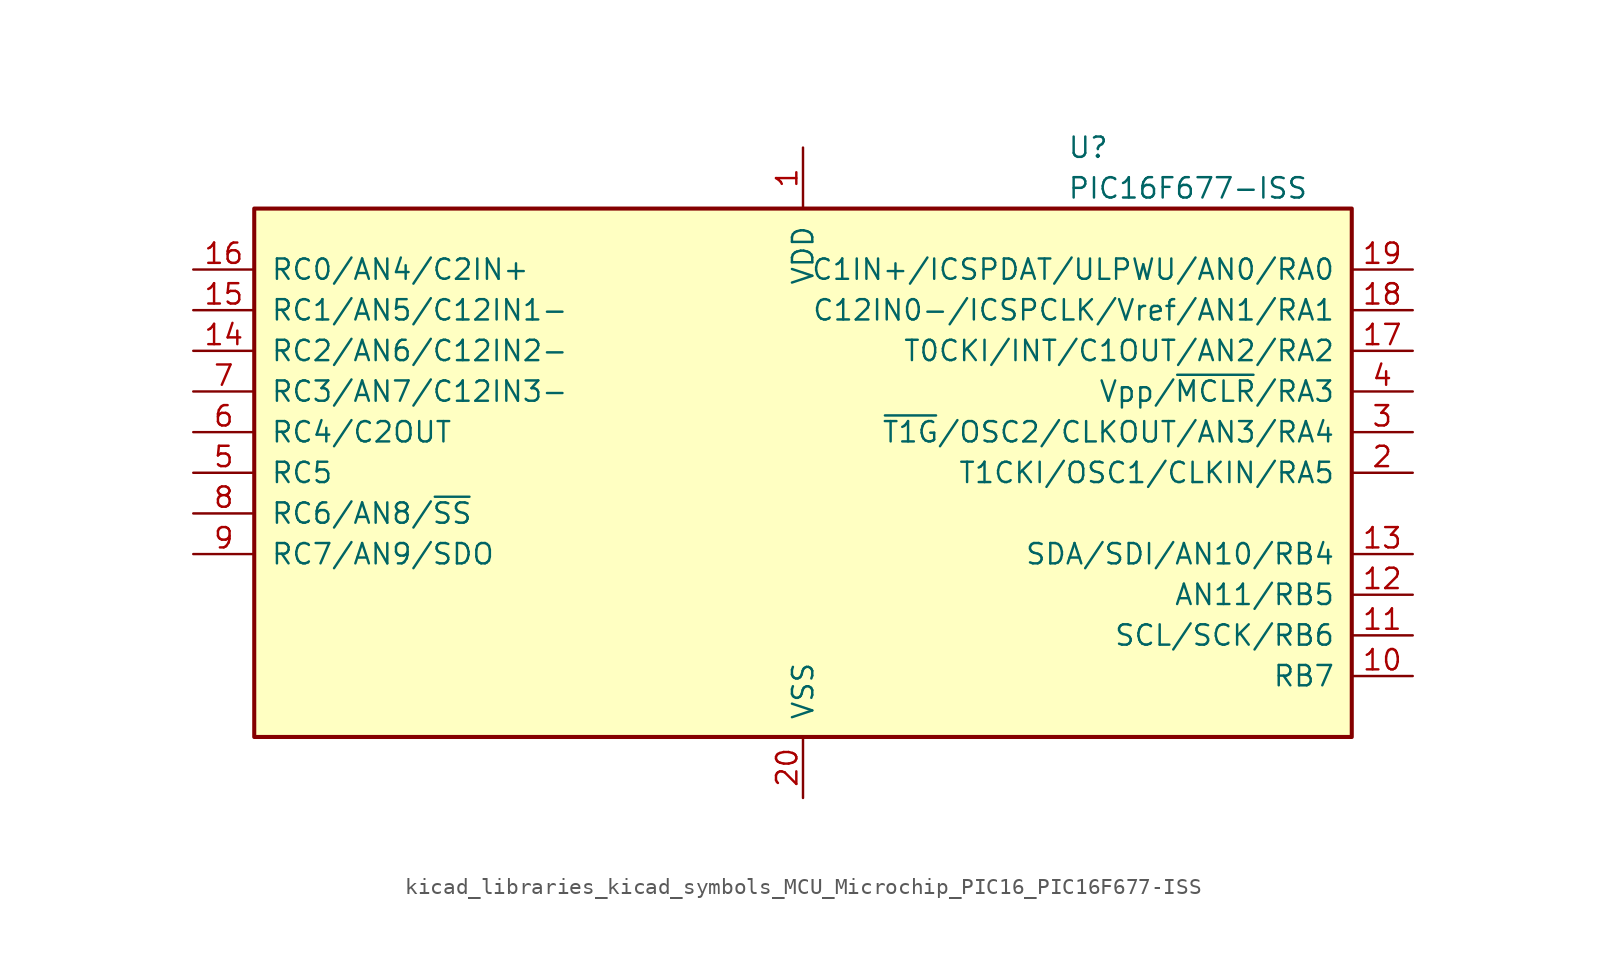
<source format=kicad_sym>
(kicad_symbol_lib
  (version 20220914)
  (generator kicad_symbol_editor)
  (symbol "kicad_libraries_kicad_symbols_MCU_Microchip_PIC16_PIC16F677-ISS"
    (pin_names
      (offset 1.016))
    (property "Reference" "U"
      (at 16.51 20.32 0)
      (effects (font (size 1.27 1.27)) (justify left)))
    (property "Value" "PIC16F677-ISS"
      (at 16.51 17.78 0)
      (effects (font (size 1.27 1.27)) (justify left)))
    (symbol "kicad_libraries_kicad_symbols_MCU_Microchip_PIC16_PIC16F677-ISS_0_1"
      (rectangle (start -34.29 16.51) (end 34.29 -16.51) (stroke (width 0.254) (type default)) (fill (type background))))
    (symbol "kicad_libraries_kicad_symbols_MCU_Microchip_PIC16_PIC16F677-ISS_1_1"
      (pin power_in line (at 0 20.32 270) (length 3.81) (name "VDD" (effects (font (size 1.27 1.27)))) (number "1" (effects (font (size 1.27 1.27)))))
      (pin bidirectional line (at 38.1 -12.7 180) (length 3.81) (name "RB7" (effects (font (size 1.27 1.27)))) (number "10" (effects (font (size 1.27 1.27)))))
      (pin bidirectional line (at 38.1 -10.16 180) (length 3.81) (name "SCL/SCK/RB6" (effects (font (size 1.27 1.27)))) (number "11" (effects (font (size 1.27 1.27)))))
      (pin bidirectional line (at 38.1 -7.62 180) (length 3.81) (name "AN11/RB5" (effects (font (size 1.27 1.27)))) (number "12" (effects (font (size 1.27 1.27)))))
      (pin bidirectional line (at 38.1 -5.08 180) (length 3.81) (name "SDA/SDI/AN10/RB4" (effects (font (size 1.27 1.27)))) (number "13" (effects (font (size 1.27 1.27)))))
      (pin bidirectional line (at -38.1 7.62 0) (length 3.81) (name "RC2/AN6/C12IN2-" (effects (font (size 1.27 1.27)))) (number "14" (effects (font (size 1.27 1.27)))))
      (pin bidirectional line (at -38.1 10.16 0) (length 3.81) (name "RC1/AN5/C12IN1-" (effects (font (size 1.27 1.27)))) (number "15" (effects (font (size 1.27 1.27)))))
      (pin bidirectional line (at -38.1 12.7 0) (length 3.81) (name "RC0/AN4/C2IN+" (effects (font (size 1.27 1.27)))) (number "16" (effects (font (size 1.27 1.27)))))
      (pin bidirectional line (at 38.1 7.62 180) (length 3.81) (name "T0CKI/INT/C1OUT/AN2/RA2" (effects (font (size 1.27 1.27)))) (number "17" (effects (font (size 1.27 1.27)))))
      (pin bidirectional line (at 38.1 10.16 180) (length 3.81) (name "C12IN0-/ICSPCLK/Vref/AN1/RA1" (effects (font (size 1.27 1.27)))) (number "18" (effects (font (size 1.27 1.27)))))
      (pin bidirectional line (at 38.1 12.7 180) (length 3.81) (name "C1IN+/ICSPDAT/ULPWU/AN0/RA0" (effects (font (size 1.27 1.27)))) (number "19" (effects (font (size 1.27 1.27)))))
      (pin bidirectional line (at 38.1 0 180) (length 3.81) (name "T1CKI/OSC1/CLKIN/RA5" (effects (font (size 1.27 1.27)))) (number "2" (effects (font (size 1.27 1.27)))))
      (pin power_in line (at 0 -20.32 90) (length 3.81) (name "VSS" (effects (font (size 1.27 1.27)))) (number "20" (effects (font (size 1.27 1.27)))))
      (pin bidirectional line (at 38.1 2.54 180) (length 3.81) (name "~{T1G}/OSC2/CLKOUT/AN3/RA4" (effects (font (size 1.27 1.27)))) (number "3" (effects (font (size 1.27 1.27)))))
      (pin input line (at 38.1 5.08 180) (length 3.81) (name "Vpp/~{MCLR}/RA3" (effects (font (size 1.27 1.27)))) (number "4" (effects (font (size 1.27 1.27)))))
      (pin bidirectional line (at -38.1 0 0) (length 3.81) (name "RC5" (effects (font (size 1.27 1.27)))) (number "5" (effects (font (size 1.27 1.27)))))
      (pin bidirectional line (at -38.1 2.54 0) (length 3.81) (name "RC4/C2OUT" (effects (font (size 1.27 1.27)))) (number "6" (effects (font (size 1.27 1.27)))))
      (pin bidirectional line (at -38.1 5.08 0) (length 3.81) (name "RC3/AN7/C12IN3-" (effects (font (size 1.27 1.27)))) (number "7" (effects (font (size 1.27 1.27)))))
      (pin bidirectional line (at -38.1 -2.54 0) (length 3.81) (name "RC6/AN8/~{SS}" (effects (font (size 1.27 1.27)))) (number "8" (effects (font (size 1.27 1.27)))))
      (pin bidirectional line (at -38.1 -5.08 0) (length 3.81) (name "RC7/AN9/SDO" (effects (font (size 1.27 1.27)))) (number "9" (effects (font (size 1.27 1.27))))))))
</source>
